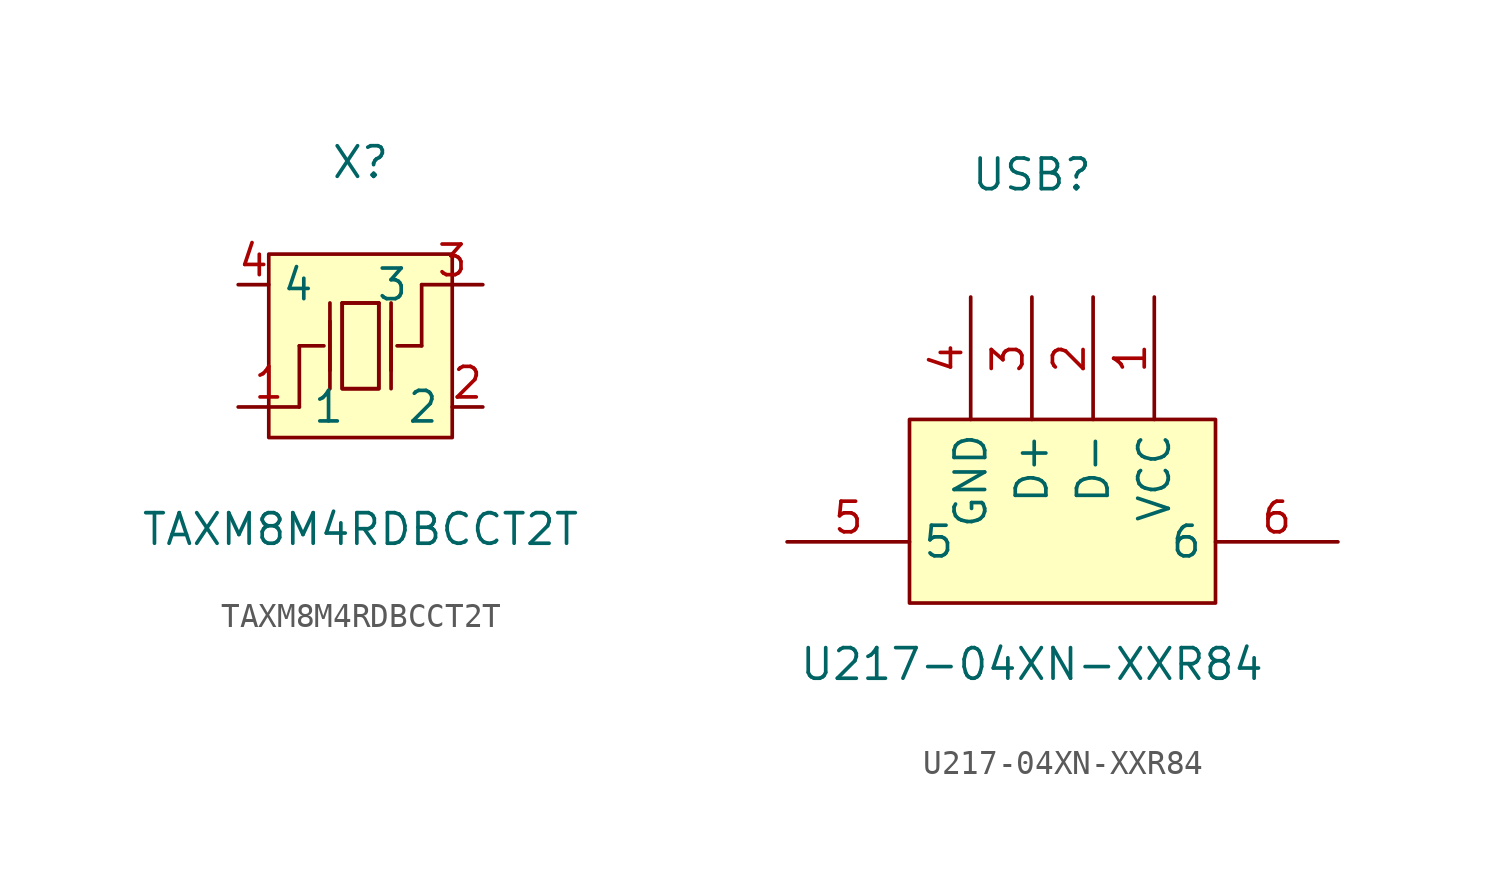
<source format=kicad_sym>
(kicad_symbol_lib
  (version 20211014)
  (generator https://github.com/uPesy/easyeda2kicad.py)
  (symbol "TAXM8M4RDBCCT2T"
    (property "Reference" "X"
      (at 0 7.62 0)
      (effects (font (size 1.27 1.27))))
    (property "Value" "TAXM8M4RDBCCT2T"
      (at 0 -7.62 0)
      (effects (font (size 1.27 1.27))))
    (symbol "TAXM8M4RDBCCT2T_0_1"
      (rectangle (start -3.81 3.81) (end 3.81 -3.81) (stroke (width 0) (type default) (color 0 0 0 0)) (fill (type background)))
      (polyline (pts (xy 2.54 -0.00) (xy 2.54 2.54)) (stroke (width 0) (type default) (color 0 0 0 0)) (fill (type none)))
      (polyline (pts (xy -2.54 -2.54) (xy -2.54 -0.00)) (stroke (width 0) (type default) (color 0 0 0 0)) (fill (type none)))
      (polyline (pts (xy 1.27 1.02) (xy 1.27 -1.02)) (stroke (width 0) (type default) (color 0 0 0 0)) (fill (type none)))
      (polyline (pts (xy -0.76 1.78) (xy 0.76 1.78)) (stroke (width 0) (type default) (color 0 0 0 0)) (fill (type none)))
      (polyline (pts (xy -1.27 1.02) (xy -1.27 -1.02)) (stroke (width 0) (type default) (color 0 0 0 0)) (fill (type none)))
      (polyline (pts (xy 0.76 1.78) (xy 0.76 -1.78) (xy -0.76 -1.78) (xy -0.76 1.78)) (stroke (width 0) (type default) (color 0 0 0 0)) (fill (type none)))
      (polyline (pts (xy -2.54 -0.00) (xy -1.52 -0.00)) (stroke (width 0) (type default) (color 0 0 0 0)) (fill (type none)))
      (polyline (pts (xy 2.54 -0.00) (xy 1.52 -0.00)) (stroke (width 0) (type default) (color 0 0 0 0)) (fill (type none)))
      (polyline (pts (xy -1.27 1.78) (xy -1.27 -1.78)) (stroke (width 0) (type default) (color 0 0 0 0)) (fill (type none)))
      (polyline (pts (xy 1.27 1.78) (xy 1.27 -1.78)) (stroke (width 0) (type default) (color 0 0 0 0)) (fill (type none)))
      (polyline (pts (xy -0.76 -1.78) (xy -0.76 1.78) (xy 0.76 1.78) (xy 0.76 -1.78) (xy -0.76 -1.78)) (stroke (width 0) (type default) (color 0 0 0 0)) (fill (type background)))
      (pin input line (at -5.08 2.54 0) (length 1.27) (name "4" (effects (font (size 1.27 1.27)))) (number "4" (effects (font (size 1.27 1.27)))))
      (pin input line (at 5.08 -2.54 180) (length 1.27) (name "2" (effects (font (size 1.27 1.27)))) (number "2" (effects (font (size 1.27 1.27)))))
      (pin input line (at 5.08 2.54 180) (length 2.54) (name "3" (effects (font (size 1.27 1.27)))) (number "3" (effects (font (size 1.27 1.27)))))
      (pin input line (at -5.08 -2.54 0) (length 2.54) (name "1" (effects (font (size 1.27 1.27)))) (number "1" (effects (font (size 1.27 1.27)))))))
  (symbol "U217-04XN-XXR84"
    (property "Reference" "USB"
      (at 0 10.16 0)
      (effects (font (size 1.27 1.27))))
    (property "Value" "U217-04XN-XXR84"
      (at 0 -10.16 0)
      (effects (font (size 1.27 1.27))))
    (symbol "U217-04XN-XXR84_0_1"
      (rectangle (start -5.08 -0.00) (end 7.62 -7.62) (stroke (width 0) (type default) (color 0 0 0 0)) (fill (type background)))
      (pin unspecified line (at 5.08 5.08 270) (length 5.08) (name "VCC" (effects (font (size 1.27 1.27)))) (number "1" (effects (font (size 1.27 1.27)))))
      (pin unspecified line (at 2.54 5.08 270) (length 5.08) (name "D-" (effects (font (size 1.27 1.27)))) (number "2" (effects (font (size 1.27 1.27)))))
      (pin unspecified line (at 0.00 5.08 270) (length 5.08) (name "D+" (effects (font (size 1.27 1.27)))) (number "3" (effects (font (size 1.27 1.27)))))
      (pin unspecified line (at -2.54 5.08 270) (length 5.08) (name "GND" (effects (font (size 1.27 1.27)))) (number "4" (effects (font (size 1.27 1.27)))))
      (pin unspecified line (at -10.16 -5.08 0) (length 5.08) (name "5" (effects (font (size 1.27 1.27)))) (number "5" (effects (font (size 1.27 1.27)))))
      (pin unspecified line (at 12.70 -5.08 180) (length 5.08) (name "6" (effects (font (size 1.27 1.27)))) (number "6" (effects (font (size 1.27 1.27))))))))
</source>
